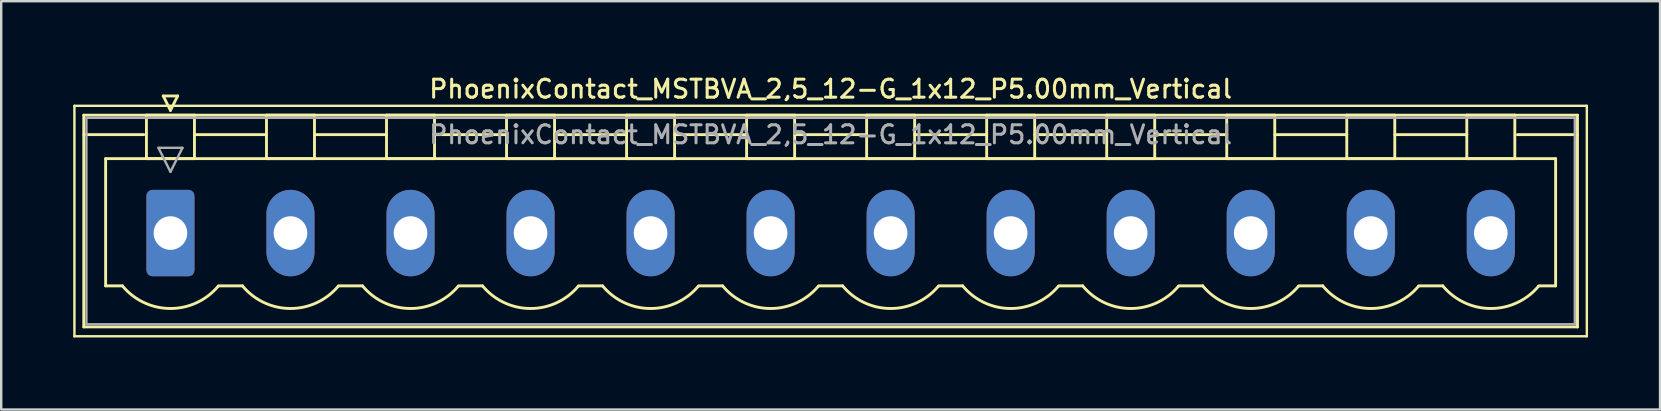
<source format=kicad_pcb>
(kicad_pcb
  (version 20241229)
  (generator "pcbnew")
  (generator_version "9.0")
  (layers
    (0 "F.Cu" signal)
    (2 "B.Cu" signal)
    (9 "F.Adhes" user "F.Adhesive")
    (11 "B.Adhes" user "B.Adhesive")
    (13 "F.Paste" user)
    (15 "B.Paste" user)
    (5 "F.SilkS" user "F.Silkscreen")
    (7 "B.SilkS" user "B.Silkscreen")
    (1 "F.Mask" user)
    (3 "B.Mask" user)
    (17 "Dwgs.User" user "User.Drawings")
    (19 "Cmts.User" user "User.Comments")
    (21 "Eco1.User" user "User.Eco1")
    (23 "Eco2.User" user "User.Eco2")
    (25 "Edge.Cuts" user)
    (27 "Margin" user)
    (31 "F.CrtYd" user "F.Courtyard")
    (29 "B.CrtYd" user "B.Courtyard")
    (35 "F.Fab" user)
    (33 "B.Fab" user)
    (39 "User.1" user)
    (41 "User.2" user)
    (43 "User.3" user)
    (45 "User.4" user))
  (footprint "PhoenixContact_MSTBVA_2,5_12-G_1x12_P5.00mm_Vertical"
    (layer "F.Cu")
    (at 4.05 6.658)
    (property "Reference" "PhoenixContact_MSTBVA_2,5_12-G_1x12_P5.00mm_Vertical" (at 27.5 -6 0) (layer "F.SilkS") (effects (font (size 0.75 0.75) (thickness 0.125))))
    (attr through_hole)
    (fp_line (start -4 -5.3) (end -4 4.3) (stroke (width 0.1) (type solid)) (layer "F.SilkS"))
    (fp_line (start -4 4.3) (end 59 4.3) (stroke (width 0.1) (type solid)) (layer "F.SilkS"))
    (fp_line (start -3.61 -4.91) (end -3.61 3.91) (stroke (width 0.12) (type solid)) (layer "F.SilkS"))
    (fp_line (start -3.61 -4.1) (end -1.11 -4.1) (stroke (width 0.12) (type solid)) (layer "F.SilkS"))
    (fp_line (start -3.61 3.91) (end 58.61 3.91) (stroke (width 0.12) (type solid)) (layer "F.SilkS"))
    (fp_line (start -2.7 -3.1) (end 57.7 -3.1) (stroke (width 0.12) (type solid)) (layer "F.SilkS"))
    (fp_line (start -2.7 2.2) (end -2.7 -3.1) (stroke (width 0.12) (type solid)) (layer "F.SilkS"))
    (fp_line (start -2 2.2) (end -2.7 2.2) (stroke (width 0.12) (type solid)) (layer "F.SilkS"))
    (fp_line (start -1 -4.91) (end 1 -4.91) (stroke (width 0.12) (type solid)) (layer "F.SilkS"))
    (fp_line (start -1 -3.1) (end -1 -4.91) (stroke (width 0.12) (type solid)) (layer "F.SilkS"))
    (fp_line (start -0.3 -5.71) (end 0.3 -5.71) (stroke (width 0.12) (type solid)) (layer "F.SilkS"))
    (fp_line (start 0 -5.11) (end -0.3 -5.71) (stroke (width 0.12) (type solid)) (layer "F.SilkS"))
    (fp_line (start 0.3 -5.71) (end 0 -5.11) (stroke (width 0.12) (type solid)) (layer "F.SilkS"))
    (fp_line (start 1 -4.91) (end 1 -3.1) (stroke (width 0.12) (type solid)) (layer "F.SilkS"))
    (fp_line (start 1 -4.1) (end 4 -4.1) (stroke (width 0.12) (type solid)) (layer "F.SilkS"))
    (fp_line (start 1 -3.1) (end -1 -3.1) (stroke (width 0.12) (type solid)) (layer "F.SilkS"))
    (fp_line (start 2 2.2) (end 3 2.2) (stroke (width 0.12) (type solid)) (layer "F.SilkS"))
    (fp_line (start 4 -4.91) (end 6 -4.91) (stroke (width 0.12) (type solid)) (layer "F.SilkS"))
    (fp_line (start 4 -3.1) (end 4 -4.91) (stroke (width 0.12) (type solid)) (layer "F.SilkS"))
    (fp_line (start 6 -4.91) (end 6 -3.1) (stroke (width 0.12) (type solid)) (layer "F.SilkS"))
    (fp_line (start 6 -4.1) (end 9 -4.1) (stroke (width 0.12) (type solid)) (layer "F.SilkS"))
    (fp_line (start 6 -3.1) (end 4 -3.1) (stroke (width 0.12) (type solid)) (layer "F.SilkS"))
    (fp_line (start 7 2.2) (end 8 2.2) (stroke (width 0.12) (type solid)) (layer "F.SilkS"))
    (fp_line (start 9 -4.91) (end 11 -4.91) (stroke (width 0.12) (type solid)) (layer "F.SilkS"))
    (fp_line (start 9 -3.1) (end 9 -4.91) (stroke (width 0.12) (type solid)) (layer "F.SilkS"))
    (fp_line (start 11 -4.91) (end 11 -3.1) (stroke (width 0.12) (type solid)) (layer "F.SilkS"))
    (fp_line (start 11 -4.1) (end 14 -4.1) (stroke (width 0.12) (type solid)) (layer "F.SilkS"))
    (fp_line (start 11 -3.1) (end 9 -3.1) (stroke (width 0.12) (type solid)) (layer "F.SilkS"))
    (fp_line (start 12 2.2) (end 13 2.2) (stroke (width 0.12) (type solid)) (layer "F.SilkS"))
    (fp_line (start 14 -4.91) (end 16 -4.91) (stroke (width 0.12) (type solid)) (layer "F.SilkS"))
    (fp_line (start 14 -3.1) (end 14 -4.91) (stroke (width 0.12) (type solid)) (layer "F.SilkS"))
    (fp_line (start 16 -4.91) (end 16 -3.1) (stroke (width 0.12) (type solid)) (layer "F.SilkS"))
    (fp_line (start 16 -4.1) (end 19 -4.1) (stroke (width 0.12) (type solid)) (layer "F.SilkS"))
    (fp_line (start 16 -3.1) (end 14 -3.1) (stroke (width 0.12) (type solid)) (layer "F.SilkS"))
    (fp_line (start 17 2.2) (end 18 2.2) (stroke (width 0.12) (type solid)) (layer "F.SilkS"))
    (fp_line (start 19 -4.91) (end 21 -4.91) (stroke (width 0.12) (type solid)) (layer "F.SilkS"))
    (fp_line (start 19 -3.1) (end 19 -4.91) (stroke (width 0.12) (type solid)) (layer "F.SilkS"))
    (fp_line (start 21 -4.91) (end 21 -3.1) (stroke (width 0.12) (type solid)) (layer "F.SilkS"))
    (fp_line (start 21 -4.1) (end 24 -4.1) (stroke (width 0.12) (type solid)) (layer "F.SilkS"))
    (fp_line (start 21 -3.1) (end 19 -3.1) (stroke (width 0.12) (type solid)) (layer "F.SilkS"))
    (fp_line (start 22 2.2) (end 23 2.2) (stroke (width 0.12) (type solid)) (layer "F.SilkS"))
    (fp_line (start 24 -4.91) (end 26 -4.91) (stroke (width 0.12) (type solid)) (layer "F.SilkS"))
    (fp_line (start 24 -3.1) (end 24 -4.91) (stroke (width 0.12) (type solid)) (layer "F.SilkS"))
    (fp_line (start 26 -4.91) (end 26 -3.1) (stroke (width 0.12) (type solid)) (layer "F.SilkS"))
    (fp_line (start 26 -4.1) (end 29 -4.1) (stroke (width 0.12) (type solid)) (layer "F.SilkS"))
    (fp_line (start 26 -3.1) (end 24 -3.1) (stroke (width 0.12) (type solid)) (layer "F.SilkS"))
    (fp_line (start 27 2.2) (end 28 2.2) (stroke (width 0.12) (type solid)) (layer "F.SilkS"))
    (fp_line (start 29 -4.91) (end 31 -4.91) (stroke (width 0.12) (type solid)) (layer "F.SilkS"))
    (fp_line (start 29 -3.1) (end 29 -4.91) (stroke (width 0.12) (type solid)) (layer "F.SilkS"))
    (fp_line (start 31 -4.91) (end 31 -3.1) (stroke (width 0.12) (type solid)) (layer "F.SilkS"))
    (fp_line (start 31 -4.1) (end 34 -4.1) (stroke (width 0.12) (type solid)) (layer "F.SilkS"))
    (fp_line (start 31 -3.1) (end 29 -3.1) (stroke (width 0.12) (type solid)) (layer "F.SilkS"))
    (fp_line (start 32 2.2) (end 33 2.2) (stroke (width 0.12) (type solid)) (layer "F.SilkS"))
    (fp_line (start 34 -4.91) (end 36 -4.91) (stroke (width 0.12) (type solid)) (layer "F.SilkS"))
    (fp_line (start 34 -3.1) (end 34 -4.91) (stroke (width 0.12) (type solid)) (layer "F.SilkS"))
    (fp_line (start 36 -4.91) (end 36 -3.1) (stroke (width 0.12) (type solid)) (layer "F.SilkS"))
    (fp_line (start 36 -4.1) (end 39 -4.1) (stroke (width 0.12) (type solid)) (layer "F.SilkS"))
    (fp_line (start 36 -3.1) (end 34 -3.1) (stroke (width 0.12) (type solid)) (layer "F.SilkS"))
    (fp_line (start 37 2.2) (end 38 2.2) (stroke (width 0.12) (type solid)) (layer "F.SilkS"))
    (fp_line (start 39 -4.91) (end 41 -4.91) (stroke (width 0.12) (type solid)) (layer "F.SilkS"))
    (fp_line (start 39 -3.1) (end 39 -4.91) (stroke (width 0.12) (type solid)) (layer "F.SilkS"))
    (fp_line (start 41 -4.91) (end 41 -3.1) (stroke (width 0.12) (type solid)) (layer "F.SilkS"))
    (fp_line (start 41 -4.1) (end 44 -4.1) (stroke (width 0.12) (type solid)) (layer "F.SilkS"))
    (fp_line (start 41 -3.1) (end 39 -3.1) (stroke (width 0.12) (type solid)) (layer "F.SilkS"))
    (fp_line (start 42 2.2) (end 43 2.2) (stroke (width 0.12) (type solid)) (layer "F.SilkS"))
    (fp_line (start 44 -4.91) (end 46 -4.91) (stroke (width 0.12) (type solid)) (layer "F.SilkS"))
    (fp_line (start 44 -3.1) (end 44 -4.91) (stroke (width 0.12) (type solid)) (layer "F.SilkS"))
    (fp_line (start 46 -4.91) (end 46 -3.1) (stroke (width 0.12) (type solid)) (layer "F.SilkS"))
    (fp_line (start 46 -4.1) (end 49 -4.1) (stroke (width 0.12) (type solid)) (layer "F.SilkS"))
    (fp_line (start 46 -3.1) (end 44 -3.1) (stroke (width 0.12) (type solid)) (layer "F.SilkS"))
    (fp_line (start 47 2.2) (end 48 2.2) (stroke (width 0.12) (type solid)) (layer "F.SilkS"))
    (fp_line (start 49 -4.91) (end 51 -4.91) (stroke (width 0.12) (type solid)) (layer "F.SilkS"))
    (fp_line (start 49 -3.1) (end 49 -4.91) (stroke (width 0.12) (type solid)) (layer "F.SilkS"))
    (fp_line (start 51 -4.91) (end 51 -3.1) (stroke (width 0.12) (type solid)) (layer "F.SilkS"))
    (fp_line (start 51 -4.1) (end 54 -4.1) (stroke (width 0.12) (type solid)) (layer "F.SilkS"))
    (fp_line (start 51 -3.1) (end 49 -3.1) (stroke (width 0.12) (type solid)) (layer "F.SilkS"))
    (fp_line (start 52 2.2) (end 53 2.2) (stroke (width 0.12) (type solid)) (layer "F.SilkS"))
    (fp_line (start 54 -4.91) (end 56 -4.91) (stroke (width 0.12) (type solid)) (layer "F.SilkS"))
    (fp_line (start 54 -3.1) (end 54 -4.91) (stroke (width 0.12) (type solid)) (layer "F.SilkS"))
    (fp_line (start 56 -4.91) (end 56 -3.1) (stroke (width 0.12) (type solid)) (layer "F.SilkS"))
    (fp_line (start 56 -3.1) (end 54 -3.1) (stroke (width 0.12) (type solid)) (layer "F.SilkS"))
    (fp_line (start 57.7 -3.1) (end 57.7 2.2) (stroke (width 0.12) (type solid)) (layer "F.SilkS"))
    (fp_line (start 57.7 2.2) (end 57 2.2) (stroke (width 0.12) (type solid)) (layer "F.SilkS"))
    (fp_line (start 58.61 -4.91) (end -3.61 -4.91) (stroke (width 0.12) (type solid)) (layer "F.SilkS"))
    (fp_line (start 58.61 -4.1) (end 56.11 -4.1) (stroke (width 0.12) (type solid)) (layer "F.SilkS"))
    (fp_line (start 58.61 3.91) (end 58.61 -4.91) (stroke (width 0.12) (type solid)) (layer "F.SilkS"))
    (fp_line (start 59 -5.3) (end -4 -5.3) (stroke (width 0.1) (type solid)) (layer "F.SilkS"))
    (fp_line (start 59 4.3) (end 59 -5.3) (stroke (width 0.1) (type solid)) (layer "F.SilkS"))
    (fp_arc (start 1.986842 2.215821) (mid -0.010289 3.142758) (end -2 2.2) (stroke (width 0.12) (type solid)) (layer "F.SilkS"))
    (fp_arc (start 6.986842 2.215821) (mid 4.989711 3.142758) (end 3 2.2) (stroke (width 0.12) (type solid)) (layer "F.SilkS"))
    (fp_arc (start 11.986842 2.215821) (mid 9.989711 3.142758) (end 8 2.2) (stroke (width 0.12) (type solid)) (layer "F.SilkS"))
    (fp_arc (start 16.986842 2.215821) (mid 14.989711 3.142758) (end 13 2.2) (stroke (width 0.12) (type solid)) (layer "F.SilkS"))
    (fp_arc (start 21.986842 2.215821) (mid 19.989711 3.142758) (end 18 2.2) (stroke (width 0.12) (type solid)) (layer "F.SilkS"))
    (fp_arc (start 26.986842 2.215821) (mid 24.989711 3.142758) (end 23 2.2) (stroke (width 0.12) (type solid)) (layer "F.SilkS"))
    (fp_arc (start 31.986842 2.215821) (mid 29.989711 3.142758) (end 28 2.2) (stroke (width 0.12) (type solid)) (layer "F.SilkS"))
    (fp_arc (start 36.986842 2.215821) (mid 34.989711 3.142758) (end 33 2.2) (stroke (width 0.12) (type solid)) (layer "F.SilkS"))
    (fp_arc (start 41.986842 2.215821) (mid 39.989711 3.142758) (end 38 2.2) (stroke (width 0.12) (type solid)) (layer "F.SilkS"))
    (fp_arc (start 46.986842 2.215821) (mid 44.989711 3.142758) (end 43 2.2) (stroke (width 0.12) (type solid)) (layer "F.SilkS"))
    (fp_arc (start 51.986842 2.215821) (mid 49.989711 3.142758) (end 48 2.2) (stroke (width 0.12) (type solid)) (layer "F.SilkS"))
    (fp_arc (start 56.986842 2.215821) (mid 54.989711 3.142758) (end 53 2.2) (stroke (width 0.12) (type solid)) (layer "F.SilkS"))
    (fp_line (start -3.5 -4.8) (end -3.5 3.8) (stroke (width 0.1) (type solid)) (layer "F.Fab"))
    (fp_line (start -3.5 3.8) (end 58.5 3.8) (stroke (width 0.1) (type solid)) (layer "F.Fab"))
    (fp_line (start -0.5 -3.55) (end 0.5 -3.55) (stroke (width 0.1) (type solid)) (layer "F.Fab"))
    (fp_line (start 0 -2.55) (end -0.5 -3.55) (stroke (width 0.1) (type solid)) (layer "F.Fab"))
    (fp_line (start 0.5 -3.55) (end 0 -2.55) (stroke (width 0.1) (type solid)) (layer "F.Fab"))
    (fp_line (start 58.5 -4.8) (end -3.5 -4.8) (stroke (width 0.1) (type solid)) (layer "F.Fab"))
    (fp_line (start 58.5 3.8) (end 58.5 -4.8) (stroke (width 0.1) (type solid)) (layer "F.Fab"))
    (fp_text user "${REFERENCE}" (at 27.5 -4.1 0) (layer "F.Fab") (effects (font (size 0.75 0.75) (thickness 0.125))))
    (pad "1" thru_hole roundrect (at 0 0) (size 2 3.6) (drill 1.4) (layers "*.Cu" "*.Mask") (roundrect_rratio 0.125))
    (pad "2" thru_hole oval (at 5 0) (size 2 3.6) (drill 1.4) (layers "*.Cu" "*.Mask"))
    (pad "3" thru_hole oval (at 10 0) (size 2 3.6) (drill 1.4) (layers "*.Cu" "*.Mask"))
    (pad "4" thru_hole oval (at 15 0) (size 2 3.6) (drill 1.4) (layers "*.Cu" "*.Mask"))
    (pad "5" thru_hole oval (at 20 0) (size 2 3.6) (drill 1.4) (layers "*.Cu" "*.Mask"))
    (pad "6" thru_hole oval (at 25 0) (size 2 3.6) (drill 1.4) (layers "*.Cu" "*.Mask"))
    (pad "7" thru_hole oval (at 30 0) (size 2 3.6) (drill 1.4) (layers "*.Cu" "*.Mask"))
    (pad "8" thru_hole oval (at 35 0) (size 2 3.6) (drill 1.4) (layers "*.Cu" "*.Mask"))
    (pad "9" thru_hole oval (at 40 0) (size 2 3.6) (drill 1.4) (layers "*.Cu" "*.Mask"))
    (pad "10" thru_hole oval (at 45 0) (size 2 3.6) (drill 1.4) (layers "*.Cu" "*.Mask"))
    (pad "11" thru_hole oval (at 50 0) (size 2 3.6) (drill 1.4) (layers "*.Cu" "*.Mask"))
    (pad "12" thru_hole oval (at 55 0) (size 2 3.6) (drill 1.4) (layers "*.Cu" "*.Mask")))
  (gr_rect
    (start -3 -3)
    (end 66.1 14.008)
    (stroke (width 0.1) (type default))
    (fill no)
    (layer "Edge.Cuts")))
</source>
